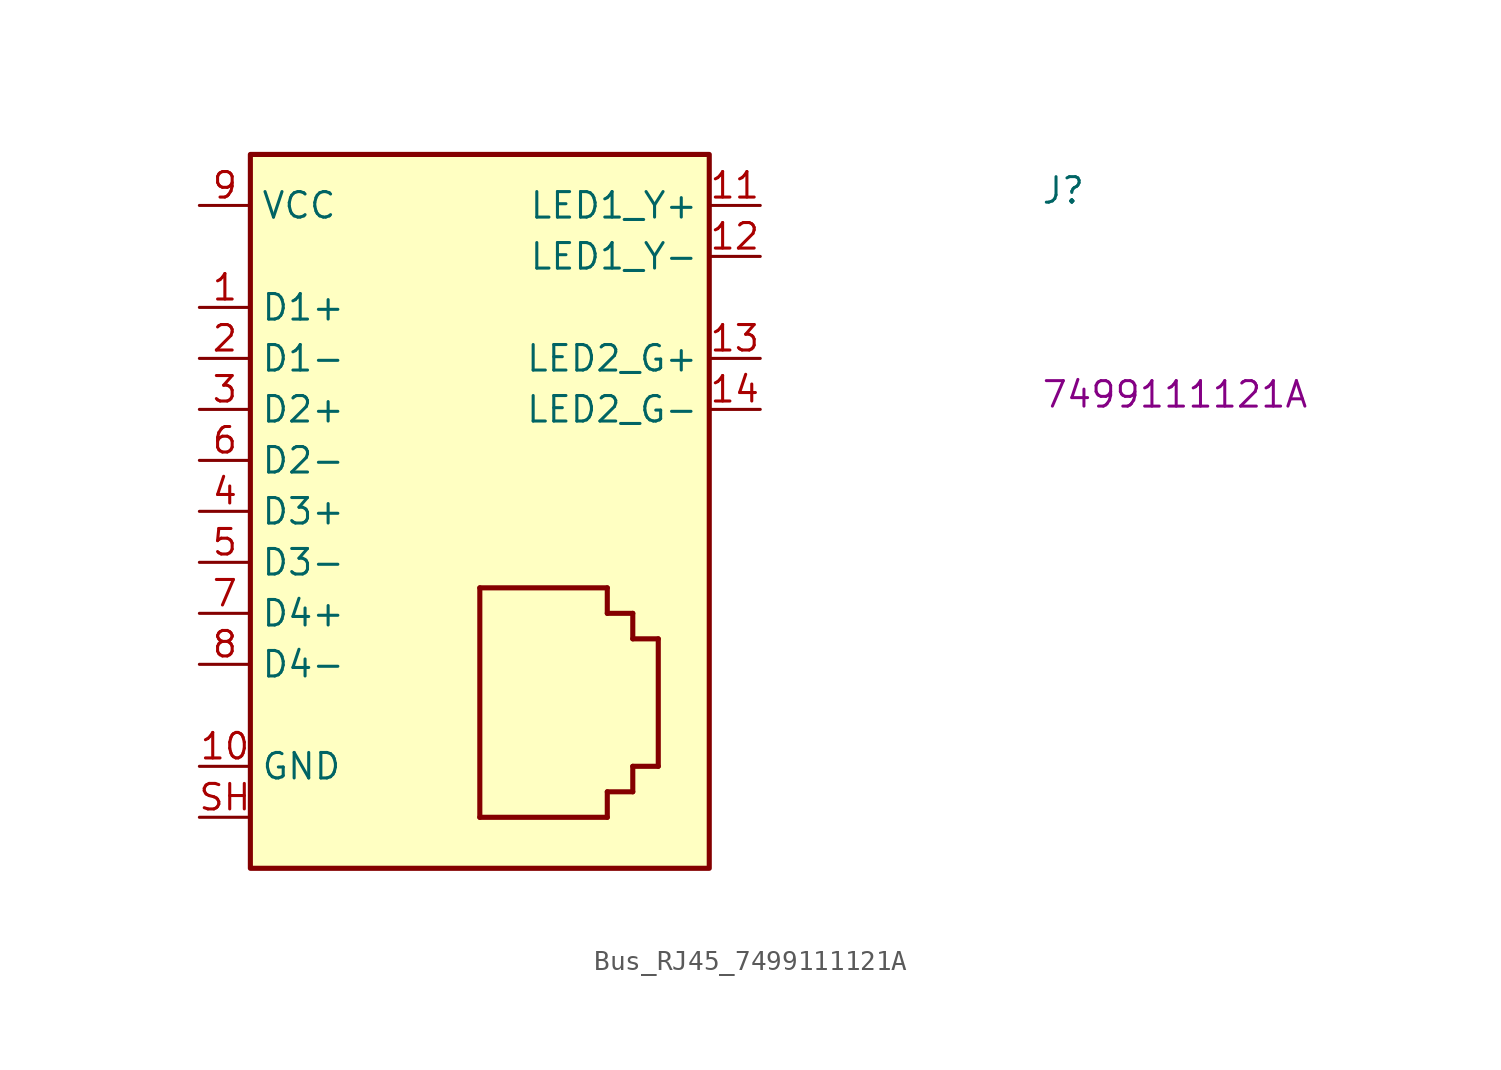
<source format=kicad_sym>
(kicad_symbol_lib
  (version 20220914)
  (generator kicad_symbol_editor)
  (symbol "Bus_RJ45_7499111121A"
    (property "Reference" "J"
      (at 41.91 0 0)
      (effects (font (size 1.27 1.27) (thickness 0.15)) (justify left bottom)))
    (property "MPN" "7499111121A"
      (at 41.91 -10.16 0)
      (effects (font (size 1.27 1.27) (thickness 0.15)) (justify left bottom)))
    (symbol "Bus_RJ45_7499111121A_1_1"
      (polyline (pts (xy 13.97 -30.48) (xy 13.97 -19.05)) (stroke (width 0.254) (type default)) (fill (type background)))
      (polyline (pts (xy 13.97 -19.05) (xy 20.32 -19.05)) (stroke (width 0.254) (type default)) (fill (type background)))
      (polyline (pts (xy 20.32 -30.48) (xy 13.97 -30.48)) (stroke (width 0.254) (type default)) (fill (type background)))
      (polyline (pts (xy 20.32 -30.48) (xy 20.32 -29.21)) (stroke (width 0.254) (type default)) (fill (type background)))
      (polyline (pts (xy 20.32 -29.21) (xy 21.59 -29.21)) (stroke (width 0.254) (type default)) (fill (type background)))
      (polyline (pts (xy 20.32 -20.32) (xy 21.59 -20.32)) (stroke (width 0.254) (type default)) (fill (type background)))
      (polyline (pts (xy 20.32 -19.05) (xy 20.32 -20.32)) (stroke (width 0.254) (type default)) (fill (type background)))
      (polyline (pts (xy 21.59 -29.21) (xy 21.59 -27.94)) (stroke (width 0.254) (type default)) (fill (type background)))
      (polyline (pts (xy 21.59 -27.94) (xy 22.86 -27.94)) (stroke (width 0.254) (type default)) (fill (type background)))
      (polyline (pts (xy 21.59 -21.59) (xy 22.86 -21.59)) (stroke (width 0.254) (type default)) (fill (type background)))
      (polyline (pts (xy 21.59 -20.32) (xy 21.59 -21.59)) (stroke (width 0.254) (type default)) (fill (type background)))
      (polyline (pts (xy 22.86 -21.59) (xy 22.86 -27.94)) (stroke (width 0.254) (type default)) (fill (type background)))
      (rectangle (start 2.54 2.54) (end 25.4 -33.02) (stroke (width 0.254) (type default)) (fill (type background)))
      (pin bidirectional line (at 0 -5.08 0) (length 2.54) (name "D1+" (effects (font (size 1.27 1.27)))) (number "1" (effects (font (size 1.27 1.27)))))
      (pin power_in line (at 0 -27.94 0) (length 2.54) (name "GND" (effects (font (size 1.27 1.27)))) (number "10" (effects (font (size 1.27 1.27)))))
      (pin passive line (at 27.94 0 180) (length 2.54) (name "LED1_Y+" (effects (font (size 1.27 1.27)))) (number "11" (effects (font (size 1.27 1.27)))))
      (pin passive line (at 27.94 -2.54 180) (length 2.54) (name "LED1_Y-" (effects (font (size 1.27 1.27)))) (number "12" (effects (font (size 1.27 1.27)))))
      (pin passive line (at 27.94 -7.62 180) (length 2.54) (name "LED2_G+" (effects (font (size 1.27 1.27)))) (number "13" (effects (font (size 1.27 1.27)))))
      (pin passive line (at 27.94 -10.16 180) (length 2.54) (name "LED2_G-" (effects (font (size 1.27 1.27)))) (number "14" (effects (font (size 1.27 1.27)))))
      (pin bidirectional line (at 0 -7.62 0) (length 2.54) (name "D1-" (effects (font (size 1.27 1.27)))) (number "2" (effects (font (size 1.27 1.27)))))
      (pin bidirectional line (at 0 -10.16 0) (length 2.54) (name "D2+" (effects (font (size 1.27 1.27)))) (number "3" (effects (font (size 1.27 1.27)))))
      (pin bidirectional line (at 0 -15.24 0) (length 2.54) (name "D3+" (effects (font (size 1.27 1.27)))) (number "4" (effects (font (size 1.27 1.27)))))
      (pin bidirectional line (at 0 -17.78 0) (length 2.54) (name "D3-" (effects (font (size 1.27 1.27)))) (number "5" (effects (font (size 1.27 1.27)))))
      (pin bidirectional line (at 0 -12.7 0) (length 2.54) (name "D2-" (effects (font (size 1.27 1.27)))) (number "6" (effects (font (size 1.27 1.27)))))
      (pin bidirectional line (at 0 -20.32 0) (length 2.54) (name "D4+" (effects (font (size 1.27 1.27)))) (number "7" (effects (font (size 1.27 1.27)))))
      (pin bidirectional line (at 0 -22.86 0) (length 2.54) (name "D4-" (effects (font (size 1.27 1.27)))) (number "8" (effects (font (size 1.27 1.27)))))
      (pin power_in line (at 0 0 0) (length 2.54) (name "VCC" (effects (font (size 1.27 1.27)))) (number "9" (effects (font (size 1.27 1.27)))))
      (pin passive line (at 0 -30.48 0) (length 2.54) (name "~" (effects (font (size 1.27 1.27)))) (number "SH" (effects (font (size 1.27 1.27)))))
      (pin passive line (at 0 -30.48 0) (length 2.54) hide (name "~" (effects (font (size 1.27 1.27)))) (number "SH" (effects (font (size 1.27 1.27))))))))
</source>
